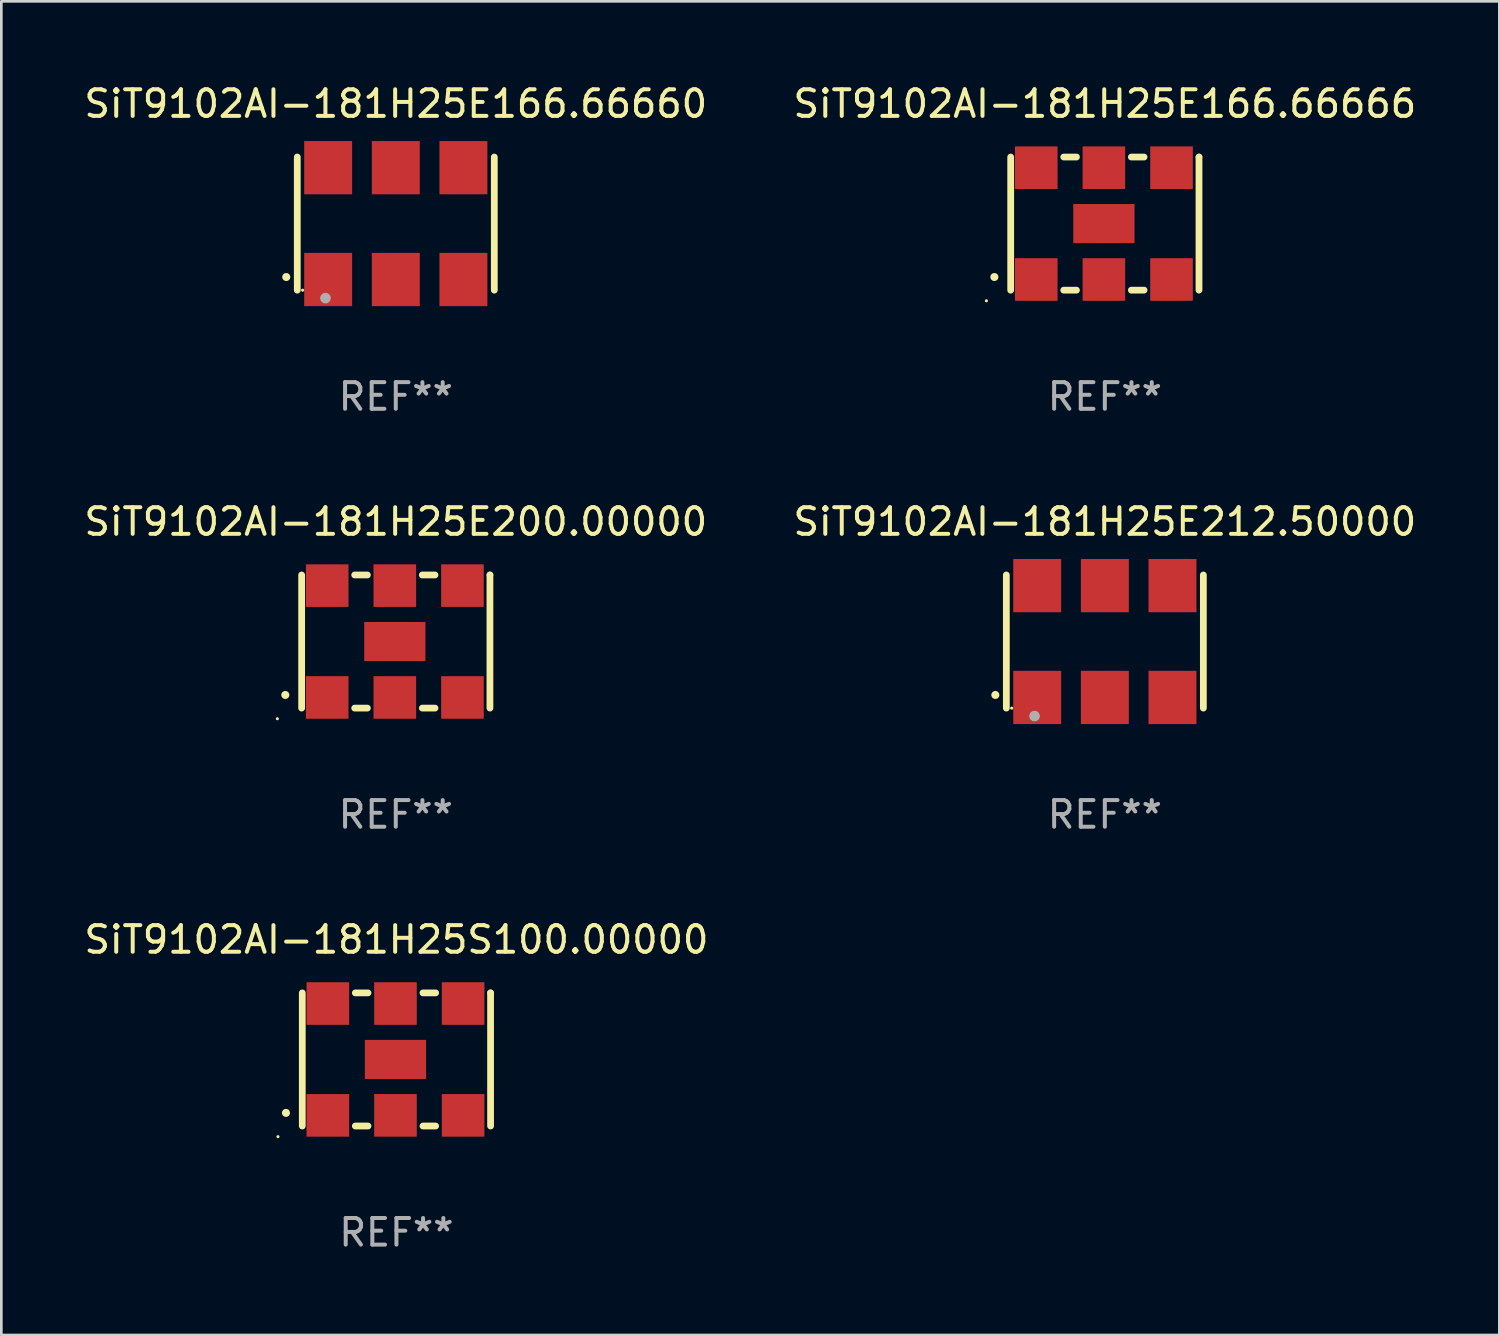
<source format=kicad_pcb>
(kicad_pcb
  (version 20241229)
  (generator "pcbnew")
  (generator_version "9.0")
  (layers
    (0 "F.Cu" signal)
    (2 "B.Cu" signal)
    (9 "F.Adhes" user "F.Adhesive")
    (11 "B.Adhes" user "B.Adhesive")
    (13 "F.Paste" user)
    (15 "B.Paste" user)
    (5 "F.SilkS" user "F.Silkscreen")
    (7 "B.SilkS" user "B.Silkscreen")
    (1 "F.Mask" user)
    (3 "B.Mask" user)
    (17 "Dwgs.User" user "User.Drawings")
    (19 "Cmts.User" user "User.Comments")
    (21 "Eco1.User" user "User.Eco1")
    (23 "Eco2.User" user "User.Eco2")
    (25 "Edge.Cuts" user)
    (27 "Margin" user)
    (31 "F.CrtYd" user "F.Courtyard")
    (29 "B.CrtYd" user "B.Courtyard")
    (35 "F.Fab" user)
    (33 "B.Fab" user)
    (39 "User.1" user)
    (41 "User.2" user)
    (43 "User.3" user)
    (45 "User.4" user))
  (footprint "SiT9102AI-181H25E212.50000"
    (layer "F.Cu")
    (at 38.446 21.045)
    (property "Reference" "SiT9102AI-181H25E212.50000" (at 0 -4.5 0) (layer "F.SilkS") (effects (font (size 1 1) (thickness 0.15))))
    (attr through_hole)
    (fp_line (start -3.7 -2.5) (end -3.7 2.5) (stroke (width 0.254) (type solid)) (layer "F.SilkS"))
    (fp_line (start 3.7 -2.5) (end 3.7 2.5) (stroke (width 0.254) (type solid)) (layer "F.SilkS"))
    (fp_arc (start -4.114415 2.006604) (mid -4.113145 2.006599) (end -4.111875 2.006604) (stroke (width 0.3) (type solid)) (layer "F.SilkS"))
    (fp_circle (center -3.5 2.501) (end -3.47 2.501) (stroke (width 0.06) (type solid)) (fill no) (layer "F.SilkS"))
    (fp_circle (center -2.641 2.799) (end -2.541 2.799) (stroke (width 0.2) (type solid)) (fill no) (layer "F.Fab"))
    (fp_text user "REF**" (at 0 6.5 0) (layer "F.Fab") (effects (font (size 1 1) (thickness 0.15))))
    (pad "1" smd rect (at -2.54 2.1) (size 1.8 2) (layers "F.Cu" "F.Mask" "F.Paste"))
    (pad "2" smd rect (at 0.000394 2.1) (size 1.8 2) (layers "F.Cu" "F.Mask" "F.Paste"))
    (pad "3" smd rect (at 2.54 2.1) (size 1.8 2) (layers "F.Cu" "F.Mask" "F.Paste"))
    (pad "4" smd rect (at 2.54 -2.1) (size 1.8 2) (layers "F.Cu" "F.Mask" "F.Paste"))
    (pad "5" smd rect (at 0.000394 -2.1) (size 1.8 2) (layers "F.Cu" "F.Mask" "F.Paste"))
    (pad "6" smd rect (at -2.54 -2.1) (size 1.8 2) (layers "F.Cu" "F.Mask" "F.Paste")))
  (footprint "SiT9102AI-181H25E166.66666"
    (layer "F.Cu")
    (at 38.446 5.348)
    (property "Reference" "SiT9102AI-181H25E166.66666" (at 0 -4.5 0) (layer "F.SilkS") (effects (font (size 1 1) (thickness 0.15))))
    (attr through_hole)
    (fp_line (start -3.536 -2.5) (end -3.536 2.5) (stroke (width 0.254) (type solid)) (layer "F.SilkS"))
    (fp_line (start -1.544 2.5) (end -1.067 2.5) (stroke (width 0.254) (type solid)) (layer "F.SilkS"))
    (fp_line (start -1.067 -2.5) (end -1.544 -2.5) (stroke (width 0.254) (type solid)) (layer "F.SilkS"))
    (fp_line (start 0.996 2.5) (end 1.473 2.5) (stroke (width 0.254) (type solid)) (layer "F.SilkS"))
    (fp_line (start 1.473 -2.5) (end 0.996 -2.5) (stroke (width 0.254) (type solid)) (layer "F.SilkS"))
    (fp_line (start 3.536 -2.5) (end 3.536 -2.5) (stroke (width 0.254) (type solid)) (layer "F.SilkS"))
    (fp_line (start 3.536 2.5) (end 3.536 -2.5) (stroke (width 0.254) (type solid)) (layer "F.SilkS"))
    (fp_arc (start -4.150432 2.006604) (mid -4.149162 2.006599) (end -4.147892 2.006604) (stroke (width 0.3) (type solid)) (layer "F.SilkS"))
    (fp_circle (center -4.449 2.9) (end -4.419 2.9) (stroke (width 0.06) (type solid)) (fill no) (layer "F.SilkS"))
    (fp_text user "REF**" (at 0 6.5 0) (layer "F.Fab") (effects (font (size 1 1) (thickness 0.15))))
    (pad "1" smd rect (at -2.576 2.1) (size 1.6 1.6) (layers "F.Cu" "F.Mask" "F.Paste"))
    (pad "2" smd rect (at -0.036 2.1) (size 1.6 1.6) (layers "F.Cu" "F.Mask" "F.Paste"))
    (pad "3" smd rect (at 2.504 2.1) (size 1.6 1.6) (layers "F.Cu" "F.Mask" "F.Paste"))
    (pad "4" smd rect (at 2.504 -2.1) (size 1.6 1.6) (layers "F.Cu" "F.Mask" "F.Paste"))
    (pad "5" smd rect (at -0.036 -2.1) (size 1.6 1.6) (layers "F.Cu" "F.Mask" "F.Paste"))
    (pad "6" smd rect (at -2.576 -2.1) (size 1.6 1.6) (layers "F.Cu" "F.Mask" "F.Paste"))
    (pad "7" smd rect (at -0.036 0) (size 2.3 1.47) (layers "F.Cu" "F.Mask" "F.Paste")))
  (footprint "SiT9102AI-181H25E200.00000"
    (layer "F.Cu")
    (at 11.815 21.045)
    (property "Reference" "SiT9102AI-181H25E200.00000" (at 0 -4.5 0) (layer "F.SilkS") (effects (font (size 1 1) (thickness 0.15))))
    (attr through_hole)
    (fp_line (start -3.536 -2.5) (end -3.536 2.5) (stroke (width 0.254) (type solid)) (layer "F.SilkS"))
    (fp_line (start -1.544 2.5) (end -1.067 2.5) (stroke (width 0.254) (type solid)) (layer "F.SilkS"))
    (fp_line (start -1.067 -2.5) (end -1.544 -2.5) (stroke (width 0.254) (type solid)) (layer "F.SilkS"))
    (fp_line (start 0.996 2.5) (end 1.473 2.5) (stroke (width 0.254) (type solid)) (layer "F.SilkS"))
    (fp_line (start 1.473 -2.5) (end 0.996 -2.5) (stroke (width 0.254) (type solid)) (layer "F.SilkS"))
    (fp_line (start 3.536 -2.5) (end 3.536 -2.5) (stroke (width 0.254) (type solid)) (layer "F.SilkS"))
    (fp_line (start 3.536 2.5) (end 3.536 -2.5) (stroke (width 0.254) (type solid)) (layer "F.SilkS"))
    (fp_arc (start -4.150432 2.006604) (mid -4.149162 2.006599) (end -4.147892 2.006604) (stroke (width 0.3) (type solid)) (layer "F.SilkS"))
    (fp_circle (center -4.449 2.9) (end -4.419 2.9) (stroke (width 0.06) (type solid)) (fill no) (layer "F.SilkS"))
    (fp_text user "REF**" (at 0 6.5 0) (layer "F.Fab") (effects (font (size 1 1) (thickness 0.15))))
    (pad "1" smd rect (at -2.576 2.1) (size 1.6 1.6) (layers "F.Cu" "F.Mask" "F.Paste"))
    (pad "2" smd rect (at -0.036 2.1) (size 1.6 1.6) (layers "F.Cu" "F.Mask" "F.Paste"))
    (pad "3" smd rect (at 2.504 2.1) (size 1.6 1.6) (layers "F.Cu" "F.Mask" "F.Paste"))
    (pad "4" smd rect (at 2.504 -2.1) (size 1.6 1.6) (layers "F.Cu" "F.Mask" "F.Paste"))
    (pad "5" smd rect (at -0.036 -2.1) (size 1.6 1.6) (layers "F.Cu" "F.Mask" "F.Paste"))
    (pad "6" smd rect (at -2.576 -2.1) (size 1.6 1.6) (layers "F.Cu" "F.Mask" "F.Paste"))
    (pad "7" smd rect (at -0.036 0) (size 2.3 1.47) (layers "F.Cu" "F.Mask" "F.Paste")))
  (footprint "SiT9102AI-181H25S100.00000"
    (layer "F.Cu")
    (at 11.839 36.741)
    (property "Reference" "SiT9102AI-181H25S100.00000" (at 0 -4.5 0) (layer "F.SilkS") (effects (font (size 1 1) (thickness 0.15))))
    (attr through_hole)
    (fp_line (start -3.536 -2.5) (end -3.536 2.5) (stroke (width 0.254) (type solid)) (layer "F.SilkS"))
    (fp_line (start -1.544 2.5) (end -1.067 2.5) (stroke (width 0.254) (type solid)) (layer "F.SilkS"))
    (fp_line (start -1.067 -2.5) (end -1.544 -2.5) (stroke (width 0.254) (type solid)) (layer "F.SilkS"))
    (fp_line (start 0.996 2.5) (end 1.473 2.5) (stroke (width 0.254) (type solid)) (layer "F.SilkS"))
    (fp_line (start 1.473 -2.5) (end 0.996 -2.5) (stroke (width 0.254) (type solid)) (layer "F.SilkS"))
    (fp_line (start 3.536 -2.5) (end 3.536 -2.5) (stroke (width 0.254) (type solid)) (layer "F.SilkS"))
    (fp_line (start 3.536 2.5) (end 3.536 -2.5) (stroke (width 0.254) (type solid)) (layer "F.SilkS"))
    (fp_arc (start -4.150432 2.006604) (mid -4.149162 2.006599) (end -4.147892 2.006604) (stroke (width 0.3) (type solid)) (layer "F.SilkS"))
    (fp_circle (center -4.449 2.9) (end -4.419 2.9) (stroke (width 0.06) (type solid)) (fill no) (layer "F.SilkS"))
    (fp_text user "REF**" (at 0 6.5 0) (layer "F.Fab") (effects (font (size 1 1) (thickness 0.15))))
    (pad "1" smd rect (at -2.576 2.1) (size 1.6 1.6) (layers "F.Cu" "F.Mask" "F.Paste"))
    (pad "2" smd rect (at -0.036 2.1) (size 1.6 1.6) (layers "F.Cu" "F.Mask" "F.Paste"))
    (pad "3" smd rect (at 2.504 2.1) (size 1.6 1.6) (layers "F.Cu" "F.Mask" "F.Paste"))
    (pad "4" smd rect (at 2.504 -2.1) (size 1.6 1.6) (layers "F.Cu" "F.Mask" "F.Paste"))
    (pad "5" smd rect (at -0.036 -2.1) (size 1.6 1.6) (layers "F.Cu" "F.Mask" "F.Paste"))
    (pad "6" smd rect (at -2.576 -2.1) (size 1.6 1.6) (layers "F.Cu" "F.Mask" "F.Paste"))
    (pad "7" smd rect (at -0.036 0) (size 2.3 1.47) (layers "F.Cu" "F.Mask" "F.Paste")))
  (footprint "SiT9102AI-181H25E166.66660"
    (layer "F.Cu")
    (at 11.815 5.348)
    (property "Reference" "SiT9102AI-181H25E166.66660" (at 0 -4.5 0) (layer "F.SilkS") (effects (font (size 1 1) (thickness 0.15))))
    (attr through_hole)
    (fp_line (start -3.7 -2.5) (end -3.7 2.5) (stroke (width 0.254) (type solid)) (layer "F.SilkS"))
    (fp_line (start 3.7 -2.5) (end 3.7 2.5) (stroke (width 0.254) (type solid)) (layer "F.SilkS"))
    (fp_arc (start -4.114415 2.006604) (mid -4.113145 2.006599) (end -4.111875 2.006604) (stroke (width 0.3) (type solid)) (layer "F.SilkS"))
    (fp_circle (center -3.5 2.501) (end -3.47 2.501) (stroke (width 0.06) (type solid)) (fill no) (layer "F.SilkS"))
    (fp_circle (center -2.641 2.799) (end -2.541 2.799) (stroke (width 0.2) (type solid)) (fill no) (layer "F.Fab"))
    (fp_text user "REF**" (at 0 6.5 0) (layer "F.Fab") (effects (font (size 1 1) (thickness 0.15))))
    (pad "1" smd rect (at -2.54 2.1) (size 1.8 2) (layers "F.Cu" "F.Mask" "F.Paste"))
    (pad "2" smd rect (at 0.000394 2.1) (size 1.8 2) (layers "F.Cu" "F.Mask" "F.Paste"))
    (pad "3" smd rect (at 2.54 2.1) (size 1.8 2) (layers "F.Cu" "F.Mask" "F.Paste"))
    (pad "4" smd rect (at 2.54 -2.1) (size 1.8 2) (layers "F.Cu" "F.Mask" "F.Paste"))
    (pad "5" smd rect (at 0.000394 -2.1) (size 1.8 2) (layers "F.Cu" "F.Mask" "F.Paste"))
    (pad "6" smd rect (at -2.54 -2.1) (size 1.8 2) (layers "F.Cu" "F.Mask" "F.Paste")))
  (gr_rect
    (start -3 -3)
    (end 53.262 47.09)
    (stroke (width 0.1) (type default))
    (fill no)
    (layer "Edge.Cuts")))
</source>
